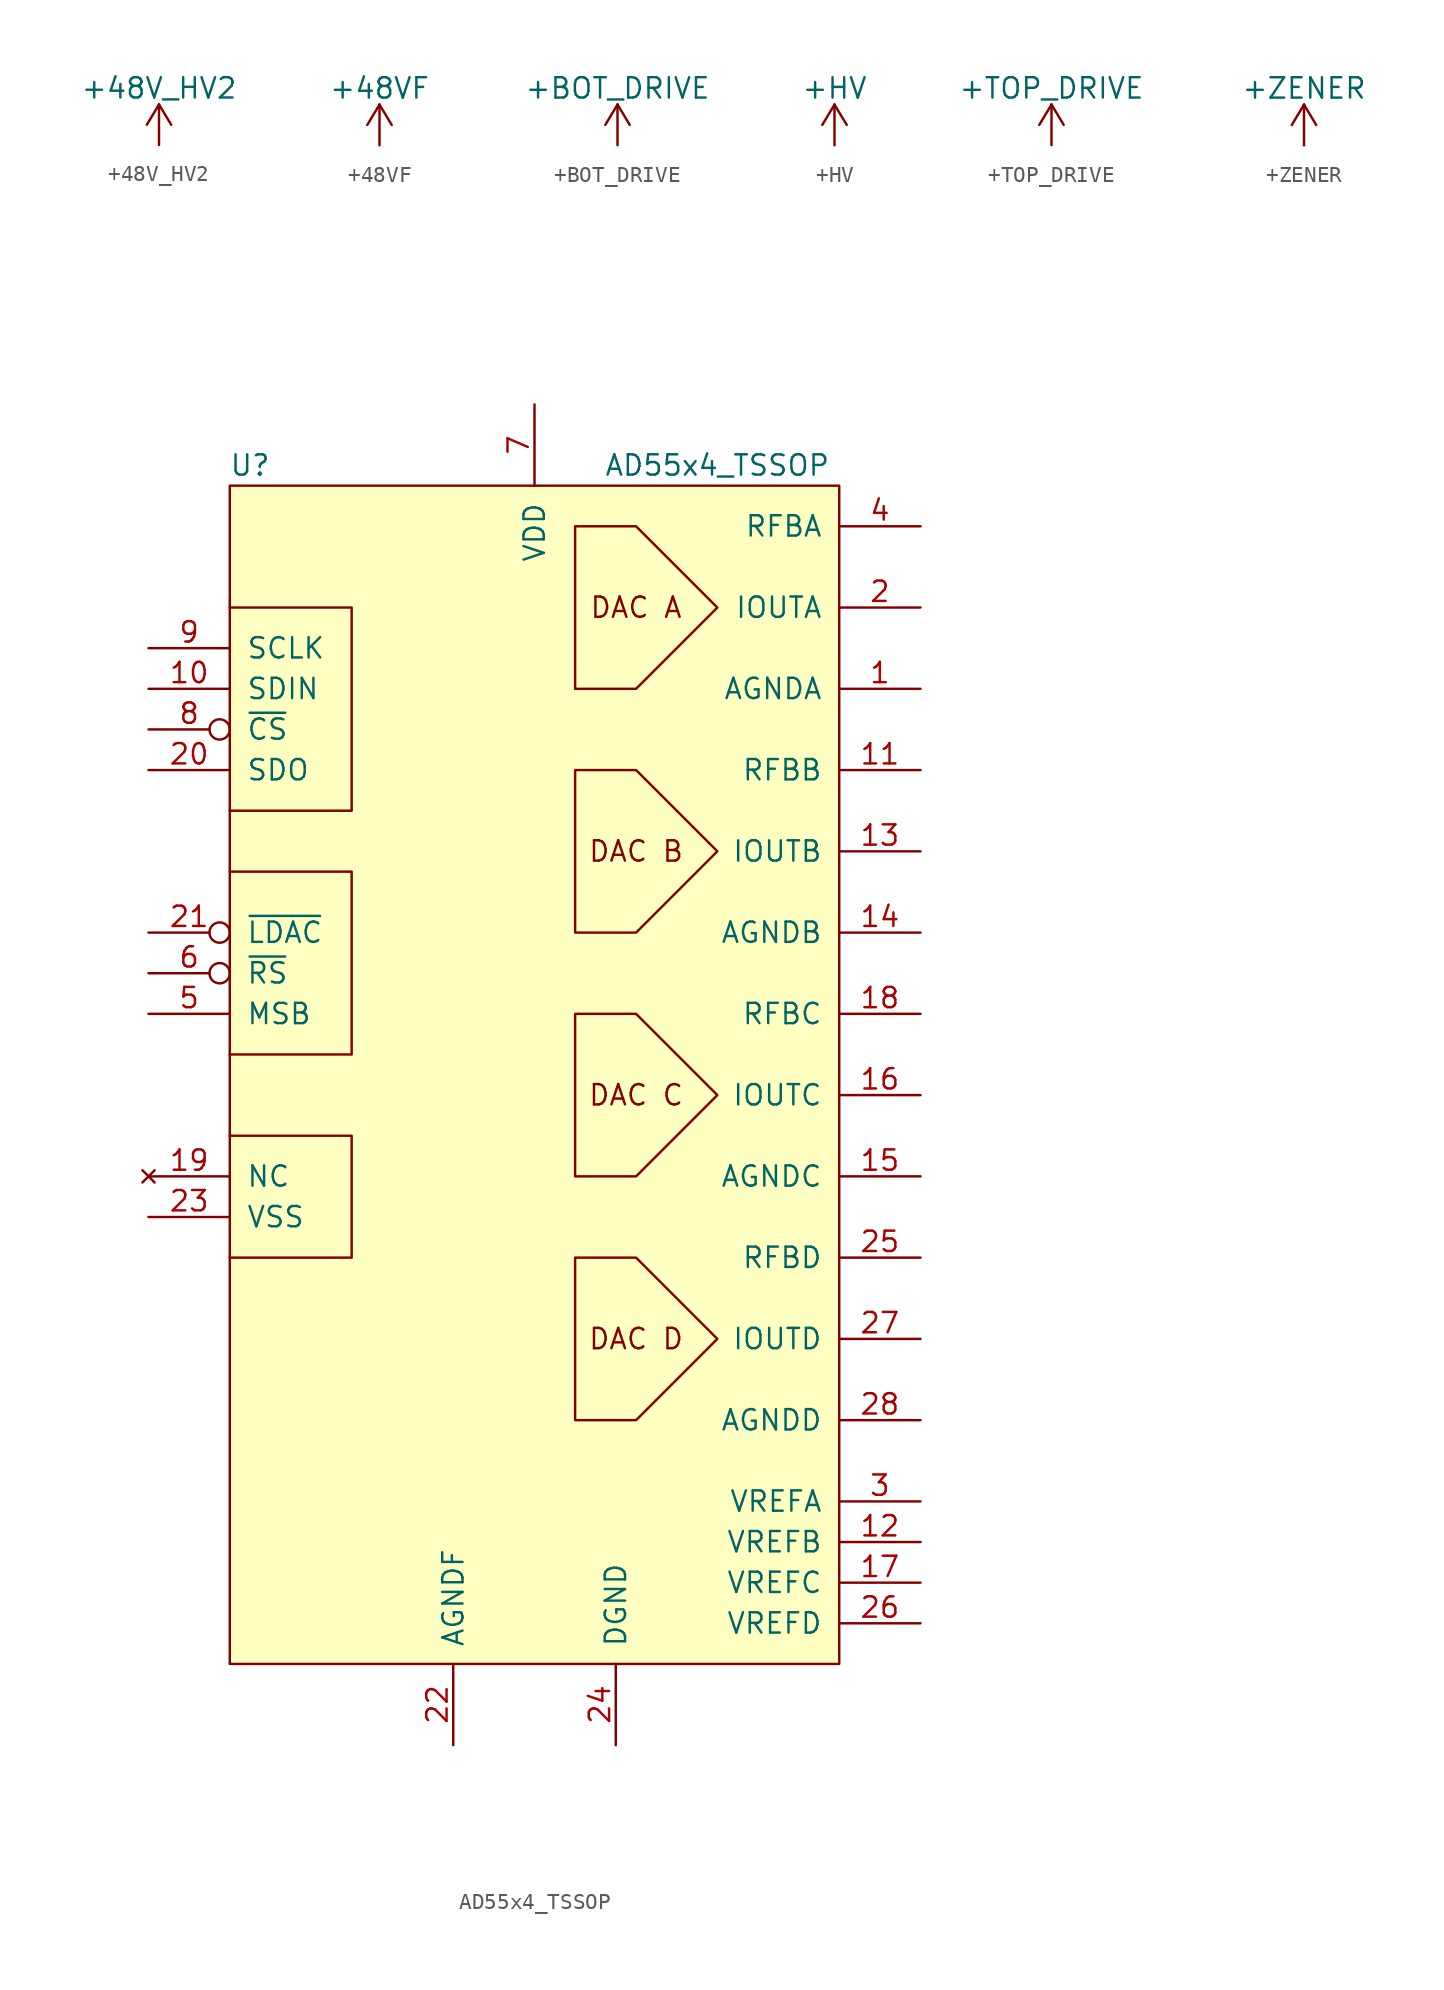
<source format=kicad_sym>
(kicad_symbol_lib
  (version 20220914)
  (generator kicad_symbol_editor)
  (symbol "+48V_HV2"
    (power)
    (pin_names
      (offset 0))
    (property "Reference" "#PWR"
      (at 0 -3.81 0)
      (effects (font (size 1.27 1.27)) hide))
    (property "Value" "+48V_HV2"
      (at 0 3.556 0)
      (effects (font (size 1.27 1.27))))
    (symbol "+48V_HV2_0_1"
      (polyline (pts (xy -0.762 1.27) (xy 0 2.54)) (stroke (width 0) (type solid)) (fill (type none)))
      (polyline (pts (xy 0 0) (xy 0 2.54)) (stroke (width 0) (type solid)) (fill (type none)))
      (polyline (pts (xy 0 2.54) (xy 0.762 1.27)) (stroke (width 0) (type solid)) (fill (type none))))
    (symbol "+48V_HV2_1_1"
      (pin power_in line (at 0 0 90) (length 0) hide (name "+48V_HV2" (effects (font (size 1.27 1.27)))) (number "1" (effects (font (size 1.27 1.27)))))))
  (symbol "+48VF"
    (power)
    (pin_names
      (offset 0))
    (property "Reference" "#PWR"
      (at 0 -3.81 0)
      (effects (font (size 1.27 1.27)) hide))
    (property "Value" "+48VF"
      (at 0 3.556 0)
      (effects (font (size 1.27 1.27))))
    (symbol "+48VF_0_1"
      (polyline (pts (xy -0.762 1.27) (xy 0 2.54)) (stroke (width 0) (type solid)) (fill (type none)))
      (polyline (pts (xy 0 0) (xy 0 2.54)) (stroke (width 0) (type solid)) (fill (type none)))
      (polyline (pts (xy 0 2.54) (xy 0.762 1.27)) (stroke (width 0) (type solid)) (fill (type none))))
    (symbol "+48VF_1_1"
      (pin power_in line (at 0 0 90) (length 0) hide (name "+48VF" (effects (font (size 1.27 1.27)))) (number "1" (effects (font (size 1.27 1.27)))))))
  (symbol "+BOT_DRIVE"
    (power)
    (pin_names
      (offset 0))
    (property "Reference" "#PWR"
      (at 0 -3.81 0)
      (effects (font (size 1.27 1.27)) hide))
    (property "Value" "+BOT_DRIVE"
      (at 0 3.556 0)
      (effects (font (size 1.27 1.27))))
    (symbol "+BOT_DRIVE_0_1"
      (polyline (pts (xy -0.762 1.27) (xy 0 2.54)) (stroke (width 0) (type solid)) (fill (type none)))
      (polyline (pts (xy 0 0) (xy 0 2.54)) (stroke (width 0) (type solid)) (fill (type none)))
      (polyline (pts (xy 0 2.54) (xy 0.762 1.27)) (stroke (width 0) (type solid)) (fill (type none))))
    (symbol "+BOT_DRIVE_1_1"
      (pin power_in line (at 0 0 90) (length 0) hide (name "+BOT_DRIVE" (effects (font (size 1.27 1.27)))) (number "1" (effects (font (size 1.27 1.27)))))))
  (symbol "+HV"
    (power)
    (pin_names
      (offset 0))
    (property "Reference" "#PWR"
      (at 0 -3.81 0)
      (effects (font (size 1.27 1.27)) hide))
    (property "Value" "+HV"
      (at 0 3.556 0)
      (effects (font (size 1.27 1.27))))
    (symbol "+HV_0_1"
      (polyline (pts (xy -0.762 1.27) (xy 0 2.54)) (stroke (width 0) (type solid)) (fill (type none)))
      (polyline (pts (xy 0 0) (xy 0 2.54)) (stroke (width 0) (type solid)) (fill (type none)))
      (polyline (pts (xy 0 2.54) (xy 0.762 1.27)) (stroke (width 0) (type solid)) (fill (type none))))
    (symbol "+HV_1_1"
      (pin power_in line (at 0 0 90) (length 0) hide (name "+HV" (effects (font (size 1.27 1.27)))) (number "1" (effects (font (size 1.27 1.27)))))))
  (symbol "+TOP_DRIVE"
    (power)
    (pin_names
      (offset 0))
    (property "Reference" "#PWR"
      (at 0 -3.81 0)
      (effects (font (size 1.27 1.27)) hide))
    (property "Value" "+TOP_DRIVE"
      (at 0 3.556 0)
      (effects (font (size 1.27 1.27))))
    (symbol "+TOP_DRIVE_0_1"
      (polyline (pts (xy -0.762 1.27) (xy 0 2.54)) (stroke (width 0) (type solid)) (fill (type none)))
      (polyline (pts (xy 0 0) (xy 0 2.54)) (stroke (width 0) (type solid)) (fill (type none)))
      (polyline (pts (xy 0 2.54) (xy 0.762 1.27)) (stroke (width 0) (type solid)) (fill (type none))))
    (symbol "+TOP_DRIVE_1_1"
      (pin power_in line (at 0 0 90) (length 0) hide (name "+TOP_DRIVE" (effects (font (size 1.27 1.27)))) (number "1" (effects (font (size 1.27 1.27)))))))
  (symbol "+ZENER"
    (power)
    (pin_names
      (offset 0))
    (property "Reference" "#PWR"
      (at 0 -3.81 0)
      (effects (font (size 1.27 1.27)) hide))
    (property "Value" "+ZENER"
      (at 0 3.556 0)
      (effects (font (size 1.27 1.27))))
    (symbol "+ZENER_0_1"
      (polyline (pts (xy -0.762 1.27) (xy 0 2.54)) (stroke (width 0) (type solid)) (fill (type none)))
      (polyline (pts (xy 0 0) (xy 0 2.54)) (stroke (width 0) (type solid)) (fill (type none)))
      (polyline (pts (xy 0 2.54) (xy 0.762 1.27)) (stroke (width 0) (type solid)) (fill (type none))))
    (symbol "+ZENER_1_1"
      (pin power_in line (at 0 0 90) (length 0) hide (name "+ZENER" (effects (font (size 1.27 1.27)))) (number "1" (effects (font (size 1.27 1.27)))))))
  (symbol "AD55x4_TSSOP"
    (pin_names
      (offset 1.016))
    (property "Reference" "U"
      (at -17.78 31.75 0)
      (effects (font (size 1.27 1.27))))
    (property "Value" "AD55x4_TSSOP"
      (at 11.43 31.75 0)
      (effects (font (size 1.27 1.27))))
    (symbol "AD55x4_TSSOP_0_0"
      (rectangle (start -19.05 30.48) (end 19.05 -43.18) (stroke (width 0) (type solid)) (fill (type background)))
      (polyline (pts (xy -19.05 -10.16) (xy -11.43 -10.16) (xy -11.43 -17.78) (xy -19.05 -17.78)) (stroke (width 0) (type solid)) (fill (type none)))
      (polyline (pts (xy -19.05 6.35) (xy -11.43 6.35) (xy -11.43 -5.08) (xy -19.05 -5.08)) (stroke (width 0) (type solid)) (fill (type none)))
      (polyline (pts (xy -19.05 22.86) (xy -11.43 22.86) (xy -11.43 10.16) (xy -19.05 10.16)) (stroke (width 0) (type solid)) (fill (type none)))
      (polyline (pts (xy 11.43 22.86) (xy 6.35 27.94) (xy 2.54 27.94) (xy 2.54 17.78) (xy 6.35 17.78) (xy 11.43 22.86)) (stroke (width 0) (type solid)) (fill (type none)))
      (text "DAC A" (at 6.35 22.86 0) (effects (font (size 1.27 1.27))))
      (text "DAC B" (at 6.35 7.62 0) (effects (font (size 1.27 1.27))))
      (text "DAC C" (at 6.35 -7.62 0) (effects (font (size 1.27 1.27))))
      (text "DAC D" (at 6.35 -22.86 0) (effects (font (size 1.27 1.27)))))
    (symbol "AD55x4_TSSOP_1_1"
      (polyline (pts (xy 11.43 -22.86) (xy 6.35 -17.78) (xy 2.54 -17.78) (xy 2.54 -27.94) (xy 6.35 -27.94) (xy 11.43 -22.86)) (stroke (width 0) (type solid)) (fill (type none)))
      (polyline (pts (xy 11.43 -7.62) (xy 6.35 -2.54) (xy 2.54 -2.54) (xy 2.54 -12.7) (xy 6.35 -12.7) (xy 11.43 -7.62)) (stroke (width 0) (type solid)) (fill (type none)))
      (polyline (pts (xy 11.43 7.62) (xy 6.35 12.7) (xy 2.54 12.7) (xy 2.54 2.54) (xy 6.35 2.54) (xy 11.43 7.62)) (stroke (width 0) (type solid)) (fill (type none)))
      (pin passive line (at 24.13 17.78 180) (length 5.08) (name "AGNDA" (effects (font (size 1.27 1.27)))) (number "1" (effects (font (size 1.27 1.27)))))
      (pin input line (at -24.13 17.78 0) (length 5.08) (name "SDIN" (effects (font (size 1.27 1.27)))) (number "10" (effects (font (size 1.27 1.27)))))
      (pin input line (at 24.13 12.7 180) (length 5.08) (name "RFBB" (effects (font (size 1.27 1.27)))) (number "11" (effects (font (size 1.27 1.27)))))
      (pin input line (at 24.13 -35.56 180) (length 5.08) (name "VREFB" (effects (font (size 1.27 1.27)))) (number "12" (effects (font (size 1.27 1.27)))))
      (pin output line (at 24.13 7.62 180) (length 5.08) (name "IOUTB" (effects (font (size 1.27 1.27)))) (number "13" (effects (font (size 1.27 1.27)))))
      (pin passive line (at 24.13 2.54 180) (length 5.08) (name "AGNDB" (effects (font (size 1.27 1.27)))) (number "14" (effects (font (size 1.27 1.27)))))
      (pin passive line (at 24.13 -12.7 180) (length 5.08) (name "AGNDC" (effects (font (size 1.27 1.27)))) (number "15" (effects (font (size 1.27 1.27)))))
      (pin output line (at 24.13 -7.62 180) (length 5.08) (name "IOUTC" (effects (font (size 1.27 1.27)))) (number "16" (effects (font (size 1.27 1.27)))))
      (pin input line (at 24.13 -38.1 180) (length 5.08) (name "VREFC" (effects (font (size 1.27 1.27)))) (number "17" (effects (font (size 1.27 1.27)))))
      (pin input line (at 24.13 -2.54 180) (length 5.08) (name "RFBC" (effects (font (size 1.27 1.27)))) (number "18" (effects (font (size 1.27 1.27)))))
      (pin no_connect line (at -24.13 -12.7 0) (length 5.08) (name "NC" (effects (font (size 1.27 1.27)))) (number "19" (effects (font (size 1.27 1.27)))))
      (pin output line (at 24.13 22.86 180) (length 5.08) (name "IOUTA" (effects (font (size 1.27 1.27)))) (number "2" (effects (font (size 1.27 1.27)))))
      (pin output line (at -24.13 12.7 0) (length 5.08) (name "SDO" (effects (font (size 1.27 1.27)))) (number "20" (effects (font (size 1.27 1.27)))))
      (pin input inverted (at -24.13 2.54 0) (length 5.08) (name "~{LDAC}" (effects (font (size 1.27 1.27)))) (number "21" (effects (font (size 1.27 1.27)))))
      (pin passive line (at -5.08 -48.26 90) (length 5.08) (name "AGNDF" (effects (font (size 1.27 1.27)))) (number "22" (effects (font (size 1.27 1.27)))))
      (pin passive line (at -24.13 -15.24 0) (length 5.08) (name "VSS" (effects (font (size 1.27 1.27)))) (number "23" (effects (font (size 1.27 1.27)))))
      (pin passive line (at 5.08 -48.26 90) (length 5.08) (name "DGND" (effects (font (size 1.27 1.27)))) (number "24" (effects (font (size 1.27 1.27)))))
      (pin input line (at 24.13 -17.78 180) (length 5.08) (name "RFBD" (effects (font (size 1.27 1.27)))) (number "25" (effects (font (size 1.27 1.27)))))
      (pin input line (at 24.13 -40.64 180) (length 5.08) (name "VREFD" (effects (font (size 1.27 1.27)))) (number "26" (effects (font (size 1.27 1.27)))))
      (pin output line (at 24.13 -22.86 180) (length 5.08) (name "IOUTD" (effects (font (size 1.27 1.27)))) (number "27" (effects (font (size 1.27 1.27)))))
      (pin passive line (at 24.13 -27.94 180) (length 5.08) (name "AGNDD" (effects (font (size 1.27 1.27)))) (number "28" (effects (font (size 1.27 1.27)))))
      (pin input line (at 24.13 -33.02 180) (length 5.08) (name "VREFA" (effects (font (size 1.27 1.27)))) (number "3" (effects (font (size 1.27 1.27)))))
      (pin input line (at 24.13 27.94 180) (length 5.08) (name "RFBA" (effects (font (size 1.27 1.27)))) (number "4" (effects (font (size 1.27 1.27)))))
      (pin input line (at -24.13 -2.54 0) (length 5.08) (name "MSB" (effects (font (size 1.27 1.27)))) (number "5" (effects (font (size 1.27 1.27)))))
      (pin input inverted (at -24.13 0 0) (length 5.08) (name "~{RS}" (effects (font (size 1.27 1.27)))) (number "6" (effects (font (size 1.27 1.27)))))
      (pin passive line (at 0 35.56 270) (length 5.08) (name "VDD" (effects (font (size 1.27 1.27)))) (number "7" (effects (font (size 1.27 1.27)))))
      (pin input inverted (at -24.13 15.24 0) (length 5.08) (name "~{CS}" (effects (font (size 1.27 1.27)))) (number "8" (effects (font (size 1.27 1.27)))))
      (pin input line (at -24.13 20.32 0) (length 5.08) (name "SCLK" (effects (font (size 1.27 1.27)))) (number "9" (effects (font (size 1.27 1.27))))))))
</source>
